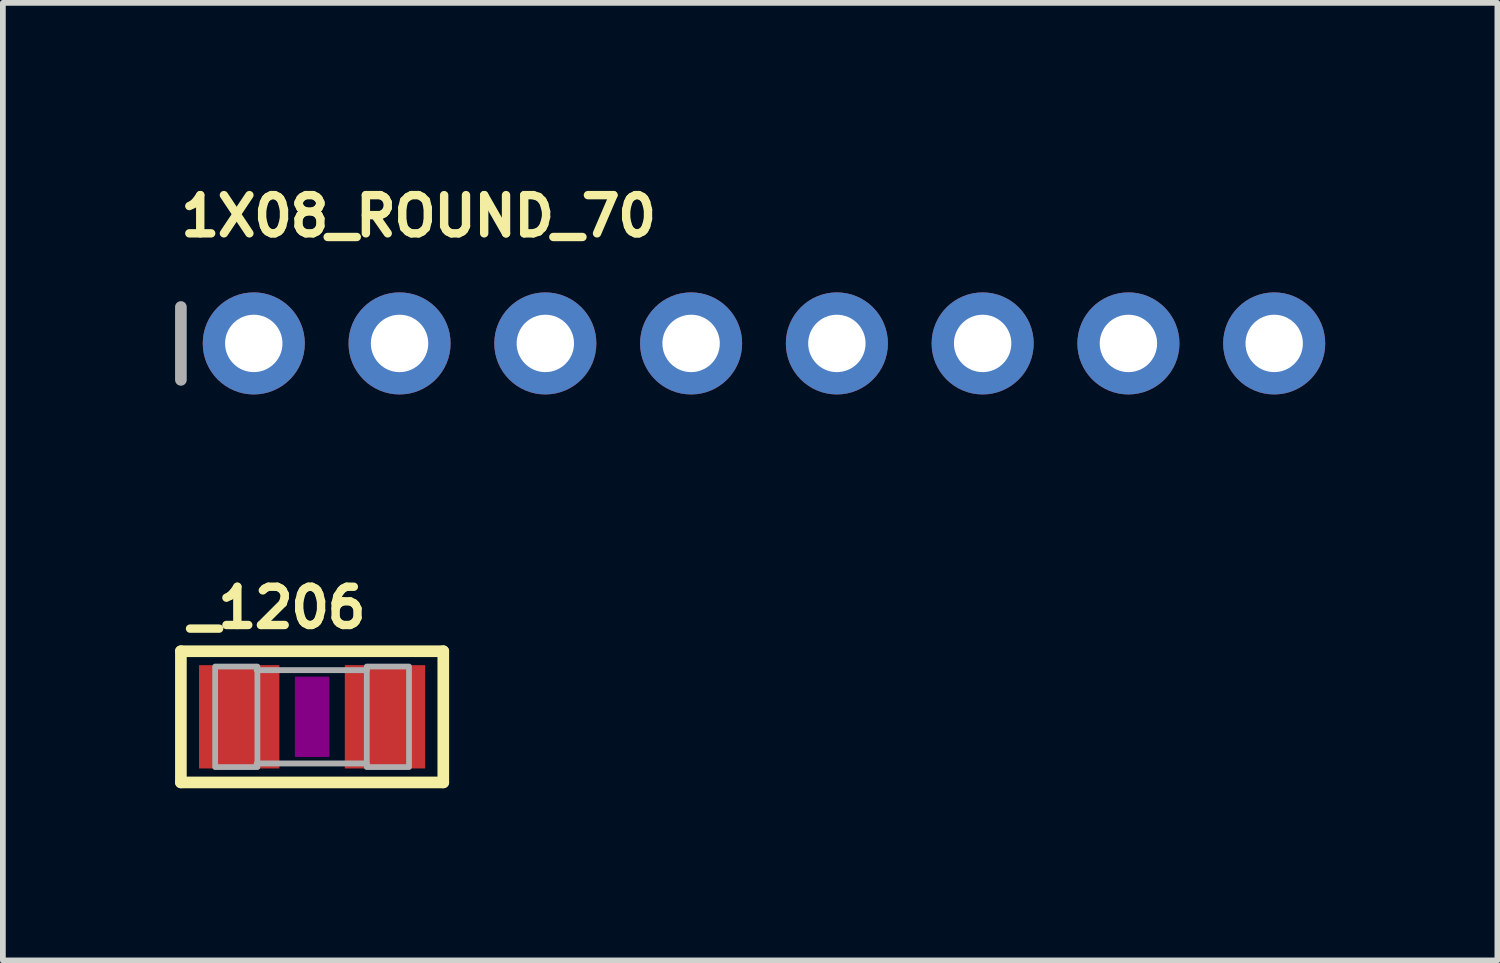
<source format=kicad_pcb>
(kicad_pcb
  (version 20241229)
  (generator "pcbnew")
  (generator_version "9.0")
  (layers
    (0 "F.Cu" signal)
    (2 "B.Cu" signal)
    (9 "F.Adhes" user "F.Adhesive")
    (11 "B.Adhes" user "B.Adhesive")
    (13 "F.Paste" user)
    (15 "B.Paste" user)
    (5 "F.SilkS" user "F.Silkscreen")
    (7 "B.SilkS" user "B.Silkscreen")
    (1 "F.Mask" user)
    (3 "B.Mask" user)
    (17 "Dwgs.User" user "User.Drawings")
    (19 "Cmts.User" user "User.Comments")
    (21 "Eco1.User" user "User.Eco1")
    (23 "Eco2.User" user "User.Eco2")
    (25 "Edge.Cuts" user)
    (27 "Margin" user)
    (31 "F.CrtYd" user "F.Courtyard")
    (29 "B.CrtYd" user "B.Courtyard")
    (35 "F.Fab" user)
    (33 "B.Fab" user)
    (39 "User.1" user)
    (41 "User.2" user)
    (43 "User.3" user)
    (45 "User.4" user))
  (footprint "_1206"
    (layer "F.Cu")
    (at 2.388 9.44)
    (property "Reference" "_1206" (at -2.223 -1.511 0) (layer "F.SilkS") (effects (font (size 0.666 0.666) (thickness 0.146)) (justify left bottom)))
    (fp_line (start -2.286 -1.143) (end 2.286 -1.143) (stroke (width 0.203) (type solid)) (layer "F.SilkS"))
    (fp_line (start -2.286 1.143) (end -2.286 -1.143) (stroke (width 0.203) (type solid)) (layer "F.SilkS"))
    (fp_line (start 2.286 -1.143) (end 2.286 1.143) (stroke (width 0.203) (type solid)) (layer "F.SilkS"))
    (fp_line (start 2.286 1.143) (end -2.286 1.143) (stroke (width 0.203) (type solid)) (layer "F.SilkS"))
    (fp_poly (pts (xy -0.3 0.7) (xy 0.3 0.7) (xy 0.3 -0.7) (xy -0.3 -0.7)) (stroke (width 0) (type solid)) (fill yes) (layer "F.Adhes"))
    (fp_line (start 0.953 -0.813) (end -0.965 -0.813) (stroke (width 0.102) (type solid)) (layer "F.Fab"))
    (fp_line (start 0.953 0.813) (end -0.965 0.813) (stroke (width 0.102) (type solid)) (layer "F.Fab"))
    (fp_poly (pts (xy -1.689 0.876) (xy -0.953 0.876) (xy -0.953 -0.876) (xy -1.689 -0.876)) (stroke (width 0.1) (type solid)) (fill no) (layer "F.Fab"))
    (fp_poly (pts (xy 0.953 0.876) (xy 1.689 0.876) (xy 1.689 -0.876) (xy 0.953 -0.876)) (stroke (width 0.1) (type solid)) (fill no) (layer "F.Fab"))
    (pad "1" smd rect (at -1.27 0) (size 1.4 1.8) (layers "F.Cu" "F.Mask" "F.Paste"))
    (pad "2" smd rect (at 1.27 0) (size 1.4 1.8) (layers "F.Cu" "F.Mask" "F.Paste")))
  (footprint "1X08_ROUND_70"
    (layer "F.Cu")
    (at 10.262 2.934)
    (property "Reference" "1X08_ROUND_70" (at -10.236 -1.829 0) (layer "F.SilkS") (effects (font (size 0.666 0.666) (thickness 0.146)) (justify left bottom)))
    (fp_line (start -10.16 -0.635) (end -10.16 0.635) (stroke (width 0.203) (type solid)) (layer "F.Fab"))
    (fp_poly (pts (xy -9.144 0.254) (xy -8.636 0.254) (xy -8.636 -0.254) (xy -9.144 -0.254)) (stroke (width 0.1) (type solid)) (fill no) (layer "F.Fab"))
    (fp_poly (pts (xy -6.604 0.254) (xy -6.096 0.254) (xy -6.096 -0.254) (xy -6.604 -0.254)) (stroke (width 0.1) (type solid)) (fill no) (layer "F.Fab"))
    (fp_poly (pts (xy -4.064 0.254) (xy -3.556 0.254) (xy -3.556 -0.254) (xy -4.064 -0.254)) (stroke (width 0.1) (type solid)) (fill no) (layer "F.Fab"))
    (fp_poly (pts (xy -1.524 0.254) (xy -1.016 0.254) (xy -1.016 -0.254) (xy -1.524 -0.254)) (stroke (width 0.1) (type solid)) (fill no) (layer "F.Fab"))
    (fp_poly (pts (xy 1.016 0.254) (xy 1.524 0.254) (xy 1.524 -0.254) (xy 1.016 -0.254)) (stroke (width 0.1) (type solid)) (fill no) (layer "F.Fab"))
    (fp_poly (pts (xy 3.556 0.254) (xy 4.064 0.254) (xy 4.064 -0.254) (xy 3.556 -0.254)) (stroke (width 0.1) (type solid)) (fill no) (layer "F.Fab"))
    (fp_poly (pts (xy 6.096 0.254) (xy 6.604 0.254) (xy 6.604 -0.254) (xy 6.096 -0.254)) (stroke (width 0.1) (type solid)) (fill no) (layer "F.Fab"))
    (fp_poly (pts (xy 8.636 0.254) (xy 9.144 0.254) (xy 9.144 -0.254) (xy 8.636 -0.254)) (stroke (width 0.1) (type solid)) (fill no) (layer "F.Fab"))
    (pad "1" thru_hole circle (at -8.89 0 90) (size 1.778 1.778) (drill 1) (layers "*.Cu" "*.Mask"))
    (pad "2" thru_hole circle (at -6.35 0 90) (size 1.778 1.778) (drill 1) (layers "*.Cu" "*.Mask"))
    (pad "3" thru_hole circle (at -3.81 0 90) (size 1.778 1.778) (drill 1) (layers "*.Cu" "*.Mask"))
    (pad "4" thru_hole circle (at -1.27 0 90) (size 1.778 1.778) (drill 1) (layers "*.Cu" "*.Mask"))
    (pad "5" thru_hole circle (at 1.27 0 90) (size 1.778 1.778) (drill 1) (layers "*.Cu" "*.Mask"))
    (pad "6" thru_hole circle (at 3.81 0 90) (size 1.778 1.778) (drill 1) (layers "*.Cu" "*.Mask"))
    (pad "7" thru_hole circle (at 6.35 0 90) (size 1.778 1.778) (drill 1) (layers "*.Cu" "*.Mask"))
    (pad "8" thru_hole circle (at 8.89 0 90) (size 1.778 1.778) (drill 1) (layers "*.Cu" "*.Mask")))
  (gr_rect
    (start -3 -3)
    (end 23.041 13.685)
    (stroke (width 0.1) (type default))
    (fill no)
    (layer "Edge.Cuts")))
</source>
